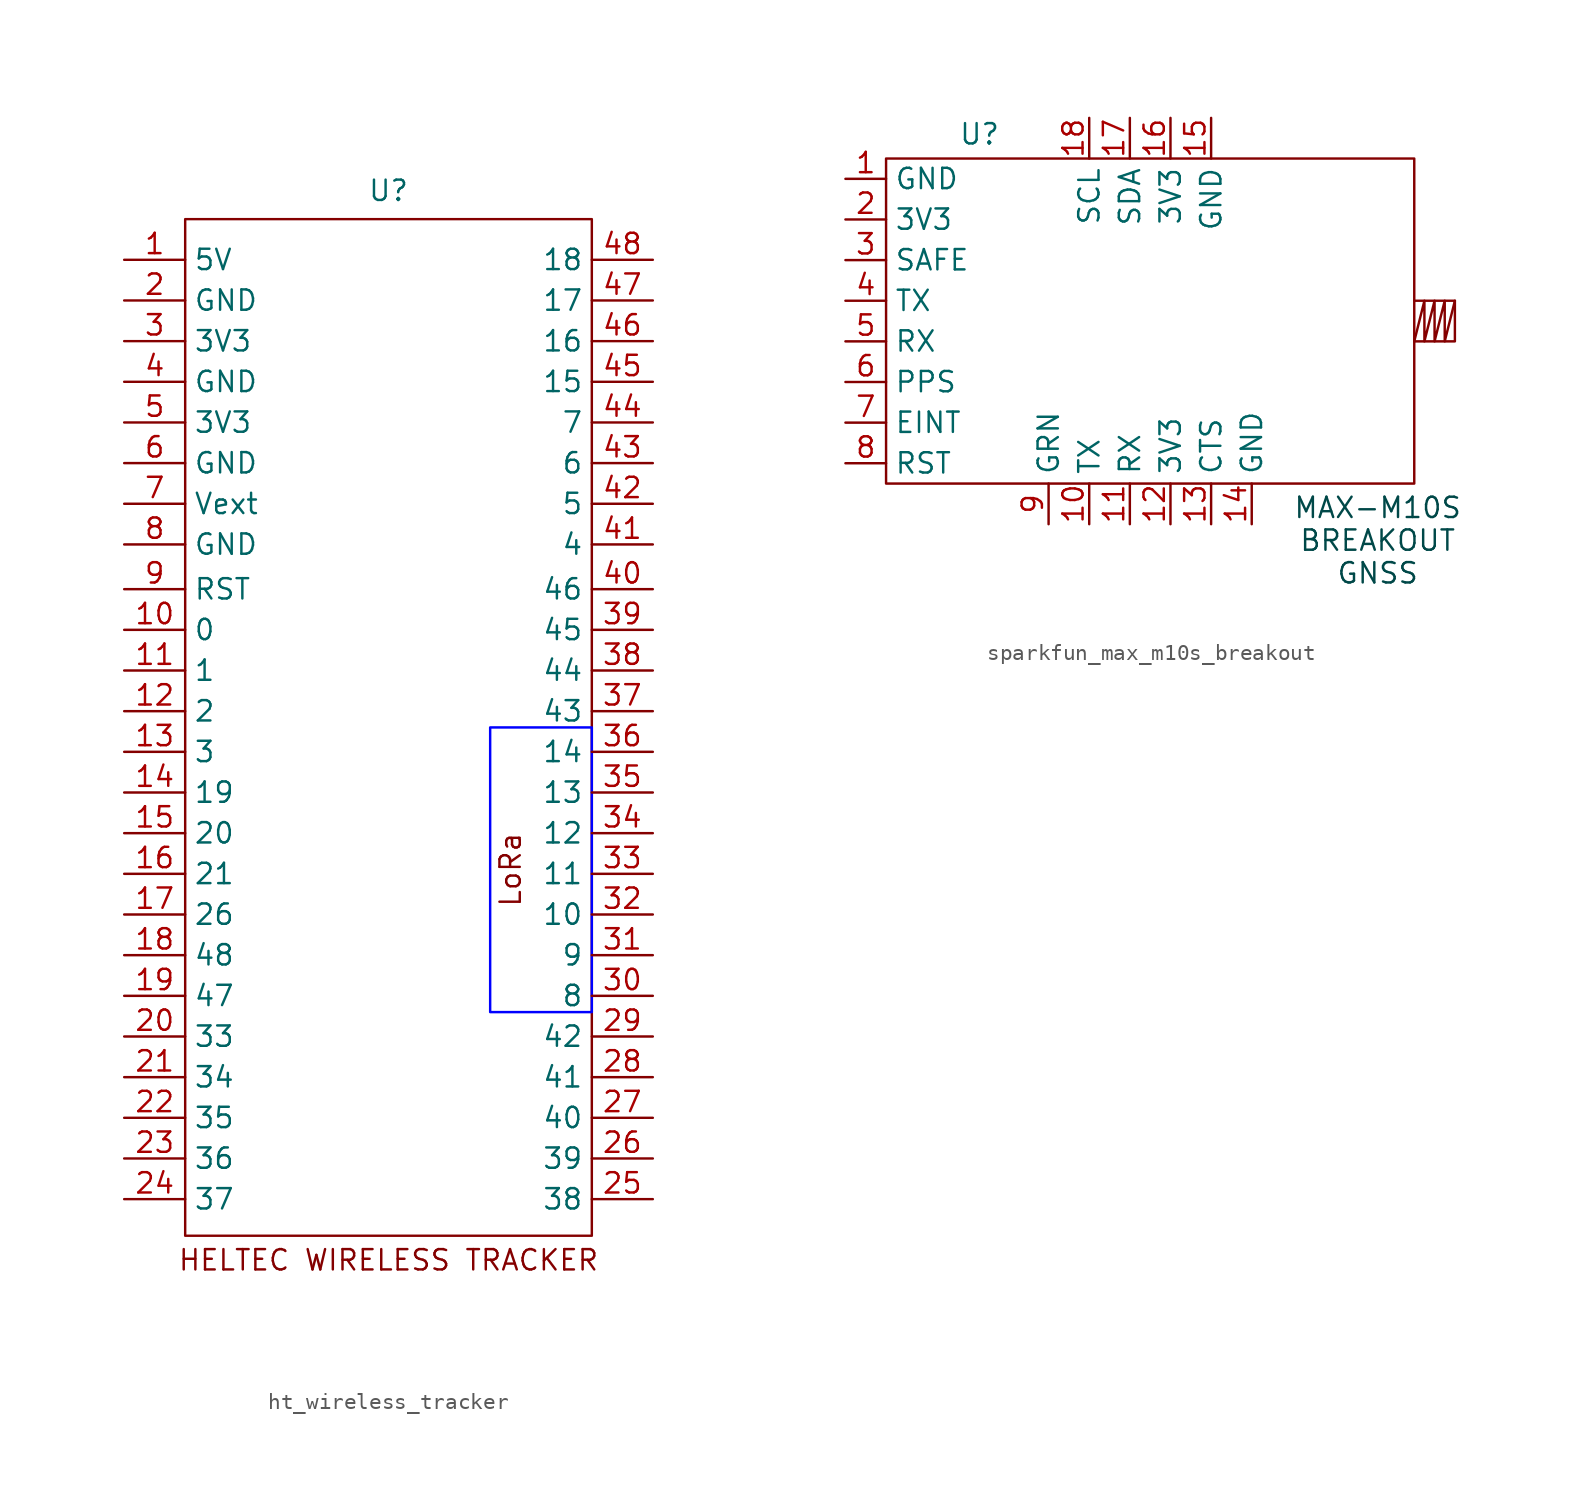
<source format=kicad_sym>
(kicad_symbol_lib
  (version 20241209)
  (generator "kicad_symbol_editor")
  (generator_version "9.0")
  (symbol "ht_wireless_tracker"
    (property "Reference" "U"
      (at 0 32.258 0)
      (effects (font (size 1.27 1.27))))
    (property "Value" ""
      (at 0 0 0)
      (effects (font (size 1.27 1.27))))
    (symbol "ht_wireless_tracker_0_1"
      (rectangle (start -12.7 30.48) (end 12.7 -33.02) (stroke (width 0) (type default)) (fill (type none))))
    (symbol "ht_wireless_tracker_1_0"
      (pin passive line (at -16.51 12.7 0) (length 3.81) (name "Vext" (effects (font (size 1.27 1.27)))) (number "7" (effects (font (size 1.27 1.27)))))
      (pin passive line (at -16.51 10.16 0) (length 3.81) (name "GND" (effects (font (size 1.27 1.27)))) (number "8" (effects (font (size 1.27 1.27)))))
      (pin passive line (at -16.51 7.366 0) (length 3.81) (name "RST" (effects (font (size 1.27 1.27)))) (number "9" (effects (font (size 1.27 1.27)))))
      (pin passive line (at -16.51 4.826 0) (length 3.81) (name "0" (effects (font (size 1.27 1.27)))) (number "10" (effects (font (size 1.27 1.27)))))
      (pin passive line (at -16.51 2.286 0) (length 3.81) (name "1" (effects (font (size 1.27 1.27)))) (number "11" (effects (font (size 1.27 1.27)))))
      (pin passive line (at -16.51 -0.254 0) (length 3.81) (name "2" (effects (font (size 1.27 1.27)))) (number "12" (effects (font (size 1.27 1.27)))))
      (pin passive line (at -16.51 -2.794 0) (length 3.81) (name "3" (effects (font (size 1.27 1.27)))) (number "13" (effects (font (size 1.27 1.27)))))
      (pin passive line (at -16.51 -5.334 0) (length 3.81) (name "19" (effects (font (size 1.27 1.27)))) (number "14" (effects (font (size 1.27 1.27)))))
      (pin passive line (at -16.51 -7.874 0) (length 3.81) (name "20" (effects (font (size 1.27 1.27)))) (number "15" (effects (font (size 1.27 1.27)))))
      (pin passive line (at -16.51 -10.414 0) (length 3.81) (name "21" (effects (font (size 1.27 1.27)))) (number "16" (effects (font (size 1.27 1.27)))))
      (pin passive line (at -16.51 -12.954 0) (length 3.81) (name "26" (effects (font (size 1.27 1.27)))) (number "17" (effects (font (size 1.27 1.27)))))
      (pin passive line (at -16.51 -15.494 0) (length 3.81) (name "48" (effects (font (size 1.27 1.27)))) (number "18" (effects (font (size 1.27 1.27)))))
      (pin passive line (at -16.51 -18.034 0) (length 3.81) (name "47" (effects (font (size 1.27 1.27)))) (number "19" (effects (font (size 1.27 1.27)))))
      (pin passive line (at -16.51 -20.574 0) (length 3.81) (name "33" (effects (font (size 1.27 1.27)))) (number "20" (effects (font (size 1.27 1.27)))))
      (pin passive line (at -16.51 -23.114 0) (length 3.81) (name "34" (effects (font (size 1.27 1.27)))) (number "21" (effects (font (size 1.27 1.27)))))
      (pin passive line (at -16.51 -25.654 0) (length 3.81) (name "35" (effects (font (size 1.27 1.27)))) (number "22" (effects (font (size 1.27 1.27)))))
      (pin passive line (at -16.51 -28.194 0) (length 3.81) (name "36" (effects (font (size 1.27 1.27)))) (number "23" (effects (font (size 1.27 1.27)))))
      (pin passive line (at -16.51 -30.734 0) (length 3.81) (name "37" (effects (font (size 1.27 1.27)))) (number "24" (effects (font (size 1.27 1.27)))))
      (pin passive line (at 16.51 27.94 180) (length 3.81) (name "18" (effects (font (size 1.27 1.27)))) (number "48" (effects (font (size 1.27 1.27)))))
      (pin passive line (at 16.51 25.4 180) (length 3.81) (name "17" (effects (font (size 1.27 1.27)))) (number "47" (effects (font (size 1.27 1.27)))))
      (pin passive line (at 16.51 22.86 180) (length 3.81) (name "16" (effects (font (size 1.27 1.27)))) (number "46" (effects (font (size 1.27 1.27)))))
      (pin passive line (at 16.51 20.32 180) (length 3.81) (name "15" (effects (font (size 1.27 1.27)))) (number "45" (effects (font (size 1.27 1.27)))))
      (pin passive line (at 16.51 17.78 180) (length 3.81) (name "7" (effects (font (size 1.27 1.27)))) (number "44" (effects (font (size 1.27 1.27)))))
      (pin passive line (at 16.51 15.24 180) (length 3.81) (name "6" (effects (font (size 1.27 1.27)))) (number "43" (effects (font (size 1.27 1.27)))))
      (pin passive line (at 16.51 12.7 180) (length 3.81) (name "5" (effects (font (size 1.27 1.27)))) (number "42" (effects (font (size 1.27 1.27)))))
      (pin passive line (at 16.51 10.16 180) (length 3.81) (name "4" (effects (font (size 1.27 1.27)))) (number "41" (effects (font (size 1.27 1.27)))))
      (pin passive line (at 16.51 7.366 180) (length 3.81) (name "46" (effects (font (size 1.27 1.27)))) (number "40" (effects (font (size 1.27 1.27)))))
      (pin passive line (at 16.51 4.826 180) (length 3.81) (name "45" (effects (font (size 1.27 1.27)))) (number "39" (effects (font (size 1.27 1.27)))))
      (pin passive line (at 16.51 2.286 180) (length 3.81) (name "44" (effects (font (size 1.27 1.27)))) (number "38" (effects (font (size 1.27 1.27)))))
      (pin passive line (at 16.51 -0.254 180) (length 3.81) (name "43" (effects (font (size 1.27 1.27)))) (number "37" (effects (font (size 1.27 1.27)))))
      (pin passive line (at 16.51 -2.794 180) (length 3.81) (name "14" (effects (font (size 1.27 1.27)))) (number "36" (effects (font (size 1.27 1.27)))))
      (pin passive line (at 16.51 -5.334 180) (length 3.81) (name "13" (effects (font (size 1.27 1.27)))) (number "35" (effects (font (size 1.27 1.27)))))
      (pin passive line (at 16.51 -7.874 180) (length 3.81) (name "12" (effects (font (size 1.27 1.27)))) (number "34" (effects (font (size 1.27 1.27)))))
      (pin passive line (at 16.51 -10.414 180) (length 3.81) (name "11" (effects (font (size 1.27 1.27)))) (number "33" (effects (font (size 1.27 1.27)))))
      (pin passive line (at 16.51 -12.954 180) (length 3.81) (name "10" (effects (font (size 1.27 1.27)))) (number "32" (effects (font (size 1.27 1.27)))))
      (pin passive line (at 16.51 -15.494 180) (length 3.81) (name "9" (effects (font (size 1.27 1.27)))) (number "31" (effects (font (size 1.27 1.27)))))
      (pin passive line (at 16.51 -18.034 180) (length 3.81) (name "8" (effects (font (size 1.27 1.27)))) (number "30" (effects (font (size 1.27 1.27)))))
      (pin passive line (at 16.51 -20.574 180) (length 3.81) (name "42" (effects (font (size 1.27 1.27)))) (number "29" (effects (font (size 1.27 1.27)))))
      (pin passive line (at 16.51 -23.114 180) (length 3.81) (name "41" (effects (font (size 1.27 1.27)))) (number "28" (effects (font (size 1.27 1.27)))))
      (pin passive line (at 16.51 -25.654 180) (length 3.81) (name "40" (effects (font (size 1.27 1.27)))) (number "27" (effects (font (size 1.27 1.27)))))
      (pin passive line (at 16.51 -28.194 180) (length 3.81) (name "39" (effects (font (size 1.27 1.27)))) (number "26" (effects (font (size 1.27 1.27)))))
      (pin passive line (at 16.51 -30.734 180) (length 3.81) (name "38" (effects (font (size 1.27 1.27)))) (number "25" (effects (font (size 1.27 1.27))))))
    (symbol "ht_wireless_tracker_1_1"
      (rectangle (start 6.35 -1.27) (end 12.7 -19.05) (stroke (width 0) (type solid) (color 0 0 255 1)) (fill (type none)))
      (text "HELTEC WIRELESS TRACKER" (at 0 -34.544 0) (effects (font (size 1.27 1.27))))
      (text "LoRa" (at 7.62 -10.16 900) (effects (font (size 1.27 1.27))))
      (pin passive line (at -16.51 27.94 0) (length 3.81) (name "5V" (effects (font (size 1.27 1.27)))) (number "1" (effects (font (size 1.27 1.27)))))
      (pin passive line (at -16.51 25.4 0) (length 3.81) (name "GND" (effects (font (size 1.27 1.27)))) (number "2" (effects (font (size 1.27 1.27)))))
      (pin passive line (at -16.51 22.86 0) (length 3.81) (name "3V3" (effects (font (size 1.27 1.27)))) (number "3" (effects (font (size 1.27 1.27)))))
      (pin passive line (at -16.51 20.32 0) (length 3.81) (name "GND" (effects (font (size 1.27 1.27)))) (number "4" (effects (font (size 1.27 1.27)))))
      (pin passive line (at -16.51 17.78 0) (length 3.81) (name "3V3" (effects (font (size 1.27 1.27)))) (number "5" (effects (font (size 1.27 1.27)))))
      (pin passive line (at -16.51 15.24 0) (length 3.81) (name "GND" (effects (font (size 1.27 1.27)))) (number "6" (effects (font (size 1.27 1.27)))))))
  (symbol "sparkfun_max_m10s_breakout"
    (property "Reference" "U"
      (at -10.668 11.684 0)
      (effects (font (size 1.27 1.27))))
    (property "Value" ""
      (at 0 0 0)
      (effects (font (size 1.27 1.27))))
    (symbol "sparkfun_max_m10s_breakout_0_1"
      (rectangle (start -16.51 10.16) (end 16.51 -10.16) (stroke (width 0) (type default)) (fill (type none)))
      (polyline (pts (xy 16.51 -1.27) (xy 19.05 -1.27) (xy 19.05 1.27) (xy 16.51 1.27)) (stroke (width 0) (type default)) (fill (type none)))
      (polyline (pts (xy 16.51 -1.27) (xy 17.145 1.27) (xy 17.145 -1.27) (xy 17.78 1.27) (xy 17.78 -1.27) (xy 18.415 1.27) (xy 18.415 -1.27) (xy 19.05 1.27)) (stroke (width 0) (type default)) (fill (type none))))
    (symbol "sparkfun_max_m10s_breakout_1_0"
      (pin passive line (at -19.05 8.89 0) (length 2.54) (name "GND" (effects (font (size 1.27 1.27)))) (number "1" (effects (font (size 1.27 1.27)))))
      (pin passive line (at -19.05 6.35 0) (length 2.54) (name "3V3" (effects (font (size 1.27 1.27)))) (number "2" (effects (font (size 1.27 1.27)))))
      (pin passive line (at -19.05 3.81 0) (length 2.54) (name "SAFE" (effects (font (size 1.27 1.27)))) (number "3" (effects (font (size 1.27 1.27)))))
      (pin passive line (at -19.05 1.27 0) (length 2.54) (name "TX" (effects (font (size 1.27 1.27)))) (number "4" (effects (font (size 1.27 1.27)))))
      (pin passive line (at -19.05 -1.27 0) (length 2.54) (name "RX" (effects (font (size 1.27 1.27)))) (number "5" (effects (font (size 1.27 1.27)))))
      (pin passive line (at -19.05 -3.81 0) (length 2.54) (name "PPS" (effects (font (size 1.27 1.27)))) (number "6" (effects (font (size 1.27 1.27)))))
      (pin passive line (at -19.05 -6.35 0) (length 2.54) (name "EINT" (effects (font (size 1.27 1.27)))) (number "7" (effects (font (size 1.27 1.27)))))
      (pin passive line (at -19.05 -8.89 0) (length 2.54) (name "RST" (effects (font (size 1.27 1.27)))) (number "8" (effects (font (size 1.27 1.27)))))
      (pin passive line (at -6.35 -12.7 90) (length 2.54) (name "GRN" (effects (font (size 1.27 1.27)))) (number "9" (effects (font (size 1.27 1.27)))))
      (pin passive line (at -3.81 12.7 270) (length 2.54) (name "SCL" (effects (font (size 1.27 1.27)))) (number "18" (effects (font (size 1.27 1.27)))))
      (pin passive line (at -3.81 -12.7 90) (length 2.54) (name "TX" (effects (font (size 1.27 1.27)))) (number "10" (effects (font (size 1.27 1.27)))))
      (pin passive line (at -1.27 12.7 270) (length 2.54) (name "SDA" (effects (font (size 1.27 1.27)))) (number "17" (effects (font (size 1.27 1.27)))))
      (pin passive line (at -1.27 -12.7 90) (length 2.54) (name "RX" (effects (font (size 1.27 1.27)))) (number "11" (effects (font (size 1.27 1.27)))))
      (pin passive line (at 1.27 12.7 270) (length 2.54) (name "3V3" (effects (font (size 1.27 1.27)))) (number "16" (effects (font (size 1.27 1.27)))))
      (pin passive line (at 1.27 -12.7 90) (length 2.54) (name "3V3" (effects (font (size 1.27 1.27)))) (number "12" (effects (font (size 1.27 1.27)))))
      (pin passive line (at 3.81 12.7 270) (length 2.54) (name "GND" (effects (font (size 1.27 1.27)))) (number "15" (effects (font (size 1.27 1.27)))))
      (pin passive line (at 3.81 -12.7 90) (length 2.54) (name "CTS" (effects (font (size 1.27 1.27)))) (number "13" (effects (font (size 1.27 1.27)))))
      (pin passive line (at 6.35 -12.7 90) (length 2.54) (name "GND" (effects (font (size 1.27 1.27)))) (number "14" (effects (font (size 1.27 1.27))))))
    (symbol "sparkfun_max_m10s_breakout_1_1"
      (text "MAX-M10S\nBREAKOUT\nGNSS" (at 14.224 -13.716 0) (effects (font (size 1.27 1.27) (color 0 72 72 1)))))))
</source>
